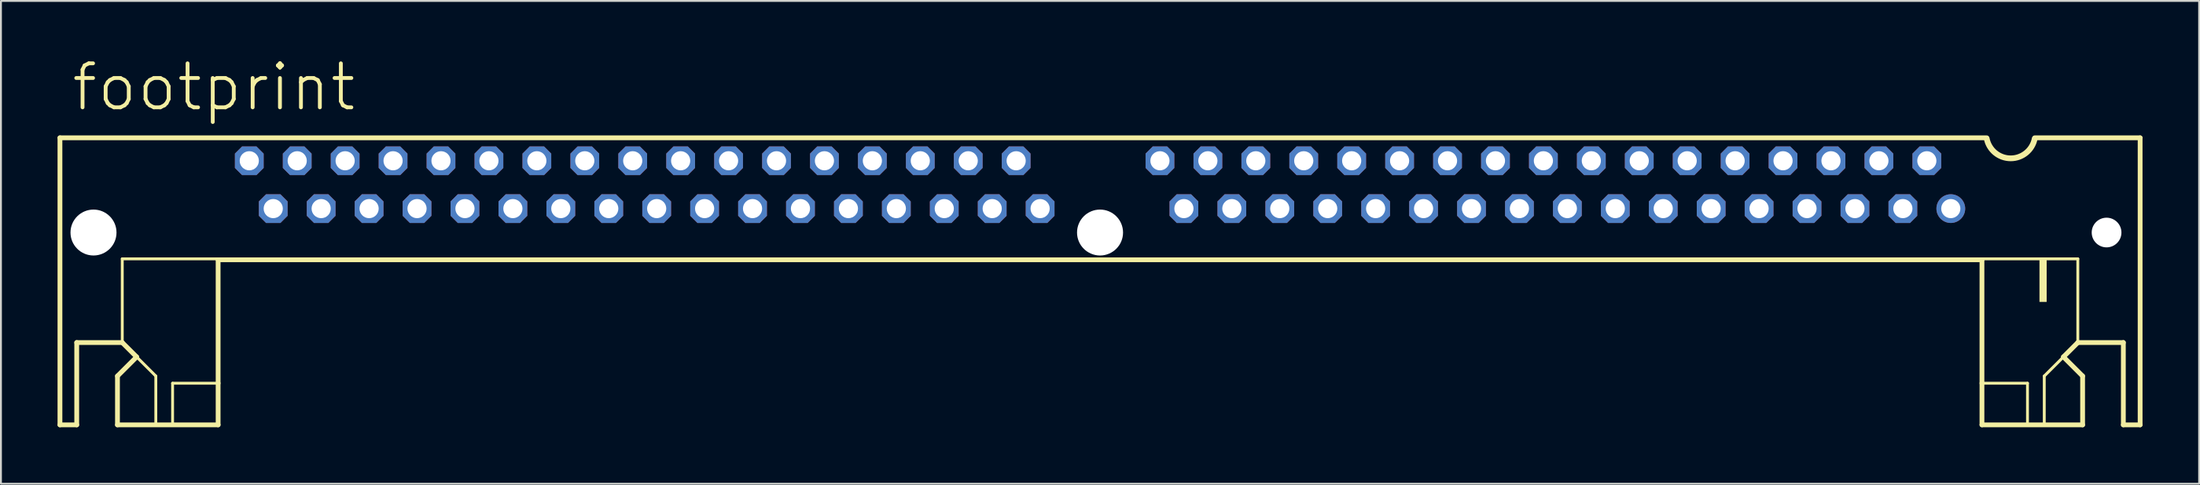
<source format=kicad_pcb>
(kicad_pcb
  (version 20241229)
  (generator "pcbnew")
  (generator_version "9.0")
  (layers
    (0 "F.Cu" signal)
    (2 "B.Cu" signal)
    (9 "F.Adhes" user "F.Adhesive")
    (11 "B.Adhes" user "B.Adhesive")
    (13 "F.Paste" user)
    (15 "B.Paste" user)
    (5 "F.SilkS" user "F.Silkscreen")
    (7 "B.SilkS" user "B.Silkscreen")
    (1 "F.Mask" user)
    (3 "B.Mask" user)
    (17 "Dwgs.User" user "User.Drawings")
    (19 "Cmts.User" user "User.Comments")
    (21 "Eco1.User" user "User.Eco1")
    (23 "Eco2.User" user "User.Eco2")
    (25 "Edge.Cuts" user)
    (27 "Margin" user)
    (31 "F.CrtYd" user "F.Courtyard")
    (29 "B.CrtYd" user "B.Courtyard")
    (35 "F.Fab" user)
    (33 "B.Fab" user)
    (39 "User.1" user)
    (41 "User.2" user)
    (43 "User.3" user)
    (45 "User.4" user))
  (footprint "footprint"
    (layer "F.Cu")
    (at 55.245 6.756)
    (property "Reference" "footprint" (at -54.61 -3.81 0) (layer "F.SilkS") (effects (font (size 2.337 2.337) (thickness 0.203)) (justify left bottom)))
    (fp_line (start -55.118 -2.489) (end 46.99 -2.489) (stroke (width 0.254) (type solid)) (layer "F.SilkS"))
    (fp_line (start -55.118 12.751) (end -55.118 -2.489) (stroke (width 0.254) (type solid)) (layer "F.SilkS"))
    (fp_line (start -54.229 8.382) (end -54.229 12.751) (stroke (width 0.254) (type solid)) (layer "F.SilkS"))
    (fp_line (start -54.229 12.751) (end -55.118 12.751) (stroke (width 0.254) (type solid)) (layer "F.SilkS"))
    (fp_line (start -52.07 10.16) (end -51.054 9.144) (stroke (width 0.254) (type solid)) (layer "F.SilkS"))
    (fp_line (start -52.07 12.751) (end -52.07 10.16) (stroke (width 0.254) (type solid)) (layer "F.SilkS"))
    (fp_line (start -51.816 3.937) (end -51.816 8.382) (stroke (width 0.152) (type solid)) (layer "F.SilkS"))
    (fp_line (start -51.816 8.382) (end -54.229 8.382) (stroke (width 0.254) (type solid)) (layer "F.SilkS"))
    (fp_line (start -51.054 9.144) (end -51.816 8.382) (stroke (width 0.254) (type solid)) (layer "F.SilkS"))
    (fp_line (start -51.054 9.144) (end -50.038 10.16) (stroke (width 0.152) (type solid)) (layer "F.SilkS"))
    (fp_line (start -50.038 10.16) (end -50.038 12.7) (stroke (width 0.152) (type solid)) (layer "F.SilkS"))
    (fp_line (start -49.149 10.541) (end -49.149 12.7) (stroke (width 0.152) (type solid)) (layer "F.SilkS"))
    (fp_line (start -49.149 10.541) (end -46.736 10.541) (stroke (width 0.152) (type solid)) (layer "F.SilkS"))
    (fp_line (start -46.736 3.937) (end -51.816 3.937) (stroke (width 0.152) (type solid)) (layer "F.SilkS"))
    (fp_line (start -46.736 3.988) (end -46.736 10.541) (stroke (width 0.254) (type solid)) (layer "F.SilkS"))
    (fp_line (start -46.736 10.541) (end -46.736 12.751) (stroke (width 0.254) (type solid)) (layer "F.SilkS"))
    (fp_line (start -46.736 12.751) (end -52.07 12.751) (stroke (width 0.254) (type solid)) (layer "F.SilkS"))
    (fp_line (start 46.736 3.937) (end 51.816 3.937) (stroke (width 0.152) (type solid)) (layer "F.SilkS"))
    (fp_line (start 46.736 3.988) (end -46.736 3.988) (stroke (width 0.254) (type solid)) (layer "F.SilkS"))
    (fp_line (start 46.736 3.988) (end 46.736 10.541) (stroke (width 0.254) (type solid)) (layer "F.SilkS"))
    (fp_line (start 46.736 10.541) (end 46.736 12.751) (stroke (width 0.254) (type solid)) (layer "F.SilkS"))
    (fp_line (start 46.736 12.751) (end 52.07 12.751) (stroke (width 0.254) (type solid)) (layer "F.SilkS"))
    (fp_line (start 49.149 10.541) (end 46.736 10.541) (stroke (width 0.152) (type solid)) (layer "F.SilkS"))
    (fp_line (start 49.149 10.541) (end 49.149 12.7) (stroke (width 0.152) (type solid)) (layer "F.SilkS"))
    (fp_line (start 49.53 -2.489) (end 55.118 -2.489) (stroke (width 0.254) (type solid)) (layer "F.SilkS"))
    (fp_line (start 50.038 10.16) (end 50.038 12.7) (stroke (width 0.152) (type solid)) (layer "F.SilkS"))
    (fp_line (start 51.054 9.144) (end 50.038 10.16) (stroke (width 0.152) (type solid)) (layer "F.SilkS"))
    (fp_line (start 51.054 9.144) (end 51.816 8.382) (stroke (width 0.254) (type solid)) (layer "F.SilkS"))
    (fp_line (start 51.816 3.937) (end 51.816 8.382) (stroke (width 0.152) (type solid)) (layer "F.SilkS"))
    (fp_line (start 51.816 8.382) (end 54.229 8.382) (stroke (width 0.254) (type solid)) (layer "F.SilkS"))
    (fp_line (start 52.07 10.16) (end 51.054 9.144) (stroke (width 0.254) (type solid)) (layer "F.SilkS"))
    (fp_line (start 52.07 12.751) (end 52.07 10.16) (stroke (width 0.254) (type solid)) (layer "F.SilkS"))
    (fp_line (start 54.229 8.382) (end 54.229 12.751) (stroke (width 0.254) (type solid)) (layer "F.SilkS"))
    (fp_line (start 54.229 12.751) (end 55.118 12.751) (stroke (width 0.254) (type solid)) (layer "F.SilkS"))
    (fp_line (start 55.118 12.751) (end 55.118 -2.489) (stroke (width 0.254) (type solid)) (layer "F.SilkS"))
    (fp_arc (start 49.53 -2.44) (mid 48.26 -1.398849) (end 46.99 -2.44) (stroke (width 0.3048) (type solid)) (layer "F.SilkS"))
    (fp_poly (pts (xy 49.784 6.223) (xy 50.165 6.223) (xy 50.165 3.937) (xy 49.784 3.937)) (stroke (width 0) (type solid)) (fill yes) (layer "F.SilkS"))
    (pad "" np_thru_hole circle (at -53.34 2.54) (size 2.438 2.438) (drill 2.438) (layers "*.Cu" "*.Mask"))
    (pad "" np_thru_hole circle (at 0 2.54) (size 2.438 2.438) (drill 2.438) (layers "*.Cu" "*.Mask"))
    (pad "" np_thru_hole circle (at 53.34 2.54) (size 1.575 1.575) (drill 1.575) (layers "*.Cu" "*.Mask"))
    (pad "1" thru_hole circle (at 45.085 1.27) (size 1.524 1.524) (drill 1.016) (layers "*.Cu" "*.Mask"))
    (pad "2" thru_hole roundrect (at 43.815 -1.27) (size 1.524 1.524) (drill 1.016) (layers "*.Cu" "*.Mask") (roundrect_rratio 0.25) (chamfer_ratio 0.25) (chamfer top_left top_right bottom_left bottom_right))
    (pad "3" thru_hole roundrect (at 42.545 1.27) (size 1.524 1.524) (drill 1.016) (layers "*.Cu" "*.Mask") (roundrect_rratio 0.25) (chamfer_ratio 0.25) (chamfer top_left top_right bottom_left bottom_right))
    (pad "4" thru_hole roundrect (at 41.275 -1.27) (size 1.524 1.524) (drill 1.016) (layers "*.Cu" "*.Mask") (roundrect_rratio 0.25) (chamfer_ratio 0.25) (chamfer top_left top_right bottom_left bottom_right))
    (pad "5" thru_hole roundrect (at 40.005 1.27) (size 1.524 1.524) (drill 1.016) (layers "*.Cu" "*.Mask") (roundrect_rratio 0.25) (chamfer_ratio 0.25) (chamfer top_left top_right bottom_left bottom_right))
    (pad "6" thru_hole roundrect (at 38.735 -1.27) (size 1.524 1.524) (drill 1.016) (layers "*.Cu" "*.Mask") (roundrect_rratio 0.25) (chamfer_ratio 0.25) (chamfer top_left top_right bottom_left bottom_right))
    (pad "7" thru_hole roundrect (at 37.465 1.27) (size 1.524 1.524) (drill 1.016) (layers "*.Cu" "*.Mask") (roundrect_rratio 0.25) (chamfer_ratio 0.25) (chamfer top_left top_right bottom_left bottom_right))
    (pad "8" thru_hole roundrect (at 36.195 -1.27) (size 1.524 1.524) (drill 1.016) (layers "*.Cu" "*.Mask") (roundrect_rratio 0.25) (chamfer_ratio 0.25) (chamfer top_left top_right bottom_left bottom_right))
    (pad "9" thru_hole roundrect (at 34.925 1.27) (size 1.524 1.524) (drill 1.016) (layers "*.Cu" "*.Mask") (roundrect_rratio 0.25) (chamfer_ratio 0.25) (chamfer top_left top_right bottom_left bottom_right))
    (pad "10" thru_hole roundrect (at 33.655 -1.27) (size 1.524 1.524) (drill 1.016) (layers "*.Cu" "*.Mask") (roundrect_rratio 0.25) (chamfer_ratio 0.25) (chamfer top_left top_right bottom_left bottom_right))
    (pad "11" thru_hole roundrect (at 32.385 1.27) (size 1.524 1.524) (drill 1.016) (layers "*.Cu" "*.Mask") (roundrect_rratio 0.25) (chamfer_ratio 0.25) (chamfer top_left top_right bottom_left bottom_right))
    (pad "12" thru_hole roundrect (at 31.115 -1.27) (size 1.524 1.524) (drill 1.016) (layers "*.Cu" "*.Mask") (roundrect_rratio 0.25) (chamfer_ratio 0.25) (chamfer top_left top_right bottom_left bottom_right))
    (pad "13" thru_hole roundrect (at 29.845 1.27) (size 1.524 1.524) (drill 1.016) (layers "*.Cu" "*.Mask") (roundrect_rratio 0.25) (chamfer_ratio 0.25) (chamfer top_left top_right bottom_left bottom_right))
    (pad "14" thru_hole roundrect (at 28.575 -1.27) (size 1.524 1.524) (drill 1.016) (layers "*.Cu" "*.Mask") (roundrect_rratio 0.25) (chamfer_ratio 0.25) (chamfer top_left top_right bottom_left bottom_right))
    (pad "15" thru_hole roundrect (at 27.305 1.27) (size 1.524 1.524) (drill 1.016) (layers "*.Cu" "*.Mask") (roundrect_rratio 0.25) (chamfer_ratio 0.25) (chamfer top_left top_right bottom_left bottom_right))
    (pad "16" thru_hole roundrect (at 26.035 -1.27) (size 1.524 1.524) (drill 1.016) (layers "*.Cu" "*.Mask") (roundrect_rratio 0.25) (chamfer_ratio 0.25) (chamfer top_left top_right bottom_left bottom_right))
    (pad "17" thru_hole roundrect (at 24.765 1.27) (size 1.524 1.524) (drill 1.016) (layers "*.Cu" "*.Mask") (roundrect_rratio 0.25) (chamfer_ratio 0.25) (chamfer top_left top_right bottom_left bottom_right))
    (pad "18" thru_hole roundrect (at 23.495 -1.27) (size 1.524 1.524) (drill 1.016) (layers "*.Cu" "*.Mask") (roundrect_rratio 0.25) (chamfer_ratio 0.25) (chamfer top_left top_right bottom_left bottom_right))
    (pad "19" thru_hole roundrect (at 22.225 1.27) (size 1.524 1.524) (drill 1.016) (layers "*.Cu" "*.Mask") (roundrect_rratio 0.25) (chamfer_ratio 0.25) (chamfer top_left top_right bottom_left bottom_right))
    (pad "20" thru_hole roundrect (at 20.955 -1.27) (size 1.524 1.524) (drill 1.016) (layers "*.Cu" "*.Mask") (roundrect_rratio 0.25) (chamfer_ratio 0.25) (chamfer top_left top_right bottom_left bottom_right))
    (pad "21" thru_hole roundrect (at 19.685 1.27) (size 1.524 1.524) (drill 1.016) (layers "*.Cu" "*.Mask") (roundrect_rratio 0.25) (chamfer_ratio 0.25) (chamfer top_left top_right bottom_left bottom_right))
    (pad "22" thru_hole roundrect (at 18.415 -1.27) (size 1.524 1.524) (drill 1.016) (layers "*.Cu" "*.Mask") (roundrect_rratio 0.25) (chamfer_ratio 0.25) (chamfer top_left top_right bottom_left bottom_right))
    (pad "23" thru_hole roundrect (at 17.145 1.27) (size 1.524 1.524) (drill 1.016) (layers "*.Cu" "*.Mask") (roundrect_rratio 0.25) (chamfer_ratio 0.25) (chamfer top_left top_right bottom_left bottom_right))
    (pad "24" thru_hole roundrect (at 15.875 -1.27) (size 1.524 1.524) (drill 1.016) (layers "*.Cu" "*.Mask") (roundrect_rratio 0.25) (chamfer_ratio 0.25) (chamfer top_left top_right bottom_left bottom_right))
    (pad "25" thru_hole roundrect (at 14.605 1.27) (size 1.524 1.524) (drill 1.016) (layers "*.Cu" "*.Mask") (roundrect_rratio 0.25) (chamfer_ratio 0.25) (chamfer top_left top_right bottom_left bottom_right))
    (pad "26" thru_hole roundrect (at 13.335 -1.27) (size 1.524 1.524) (drill 1.016) (layers "*.Cu" "*.Mask") (roundrect_rratio 0.25) (chamfer_ratio 0.25) (chamfer top_left top_right bottom_left bottom_right))
    (pad "27" thru_hole roundrect (at 12.065 1.27) (size 1.524 1.524) (drill 1.016) (layers "*.Cu" "*.Mask") (roundrect_rratio 0.25) (chamfer_ratio 0.25) (chamfer top_left top_right bottom_left bottom_right))
    (pad "28" thru_hole roundrect (at 10.795 -1.27) (size 1.524 1.524) (drill 1.016) (layers "*.Cu" "*.Mask") (roundrect_rratio 0.25) (chamfer_ratio 0.25) (chamfer top_left top_right bottom_left bottom_right))
    (pad "29" thru_hole roundrect (at 9.525 1.27) (size 1.524 1.524) (drill 1.016) (layers "*.Cu" "*.Mask") (roundrect_rratio 0.25) (chamfer_ratio 0.25) (chamfer top_left top_right bottom_left bottom_right))
    (pad "30" thru_hole roundrect (at 8.255 -1.27) (size 1.524 1.524) (drill 1.016) (layers "*.Cu" "*.Mask") (roundrect_rratio 0.25) (chamfer_ratio 0.25) (chamfer top_left top_right bottom_left bottom_right))
    (pad "31" thru_hole roundrect (at 6.985 1.27) (size 1.524 1.524) (drill 1.016) (layers "*.Cu" "*.Mask") (roundrect_rratio 0.25) (chamfer_ratio 0.25) (chamfer top_left top_right bottom_left bottom_right))
    (pad "32" thru_hole roundrect (at 5.715 -1.27) (size 1.524 1.524) (drill 1.016) (layers "*.Cu" "*.Mask") (roundrect_rratio 0.25) (chamfer_ratio 0.25) (chamfer top_left top_right bottom_left bottom_right))
    (pad "33" thru_hole roundrect (at 4.445 1.27) (size 1.524 1.524) (drill 1.016) (layers "*.Cu" "*.Mask") (roundrect_rratio 0.25) (chamfer_ratio 0.25) (chamfer top_left top_right bottom_left bottom_right))
    (pad "34" thru_hole roundrect (at 3.175 -1.27) (size 1.524 1.524) (drill 1.016) (layers "*.Cu" "*.Mask") (roundrect_rratio 0.25) (chamfer_ratio 0.25) (chamfer top_left top_right bottom_left bottom_right))
    (pad "35" thru_hole roundrect (at -3.175 1.27) (size 1.524 1.524) (drill 1.016) (layers "*.Cu" "*.Mask") (roundrect_rratio 0.25) (chamfer_ratio 0.25) (chamfer top_left top_right bottom_left bottom_right))
    (pad "36" thru_hole roundrect (at -4.445 -1.27) (size 1.524 1.524) (drill 1.016) (layers "*.Cu" "*.Mask") (roundrect_rratio 0.25) (chamfer_ratio 0.25) (chamfer top_left top_right bottom_left bottom_right))
    (pad "37" thru_hole roundrect (at -5.715 1.27) (size 1.524 1.524) (drill 1.016) (layers "*.Cu" "*.Mask") (roundrect_rratio 0.25) (chamfer_ratio 0.25) (chamfer top_left top_right bottom_left bottom_right))
    (pad "38" thru_hole roundrect (at -6.985 -1.27) (size 1.524 1.524) (drill 1.016) (layers "*.Cu" "*.Mask") (roundrect_rratio 0.25) (chamfer_ratio 0.25) (chamfer top_left top_right bottom_left bottom_right))
    (pad "39" thru_hole roundrect (at -8.255 1.27) (size 1.524 1.524) (drill 1.016) (layers "*.Cu" "*.Mask") (roundrect_rratio 0.25) (chamfer_ratio 0.25) (chamfer top_left top_right bottom_left bottom_right))
    (pad "40" thru_hole roundrect (at -9.525 -1.27) (size 1.524 1.524) (drill 1.016) (layers "*.Cu" "*.Mask") (roundrect_rratio 0.25) (chamfer_ratio 0.25) (chamfer top_left top_right bottom_left bottom_right))
    (pad "41" thru_hole roundrect (at -10.795 1.27) (size 1.524 1.524) (drill 1.016) (layers "*.Cu" "*.Mask") (roundrect_rratio 0.25) (chamfer_ratio 0.25) (chamfer top_left top_right bottom_left bottom_right))
    (pad "42" thru_hole roundrect (at -12.065 -1.27) (size 1.524 1.524) (drill 1.016) (layers "*.Cu" "*.Mask") (roundrect_rratio 0.25) (chamfer_ratio 0.25) (chamfer top_left top_right bottom_left bottom_right))
    (pad "43" thru_hole roundrect (at -13.335 1.27) (size 1.524 1.524) (drill 1.016) (layers "*.Cu" "*.Mask") (roundrect_rratio 0.25) (chamfer_ratio 0.25) (chamfer top_left top_right bottom_left bottom_right))
    (pad "44" thru_hole roundrect (at -14.605 -1.27) (size 1.524 1.524) (drill 1.016) (layers "*.Cu" "*.Mask") (roundrect_rratio 0.25) (chamfer_ratio 0.25) (chamfer top_left top_right bottom_left bottom_right))
    (pad "45" thru_hole roundrect (at -15.875 1.27) (size 1.524 1.524) (drill 1.016) (layers "*.Cu" "*.Mask") (roundrect_rratio 0.25) (chamfer_ratio 0.25) (chamfer top_left top_right bottom_left bottom_right))
    (pad "46" thru_hole roundrect (at -17.145 -1.27) (size 1.524 1.524) (drill 1.016) (layers "*.Cu" "*.Mask") (roundrect_rratio 0.25) (chamfer_ratio 0.25) (chamfer top_left top_right bottom_left bottom_right))
    (pad "47" thru_hole roundrect (at -18.415 1.27) (size 1.524 1.524) (drill 1.016) (layers "*.Cu" "*.Mask") (roundrect_rratio 0.25) (chamfer_ratio 0.25) (chamfer top_left top_right bottom_left bottom_right))
    (pad "48" thru_hole roundrect (at -19.685 -1.27) (size 1.524 1.524) (drill 1.016) (layers "*.Cu" "*.Mask") (roundrect_rratio 0.25) (chamfer_ratio 0.25) (chamfer top_left top_right bottom_left bottom_right))
    (pad "49" thru_hole roundrect (at -20.955 1.27) (size 1.524 1.524) (drill 1.016) (layers "*.Cu" "*.Mask") (roundrect_rratio 0.25) (chamfer_ratio 0.25) (chamfer top_left top_right bottom_left bottom_right))
    (pad "50" thru_hole roundrect (at -22.225 -1.27) (size 1.524 1.524) (drill 1.016) (layers "*.Cu" "*.Mask") (roundrect_rratio 0.25) (chamfer_ratio 0.25) (chamfer top_left top_right bottom_left bottom_right))
    (pad "51" thru_hole roundrect (at -23.495 1.27) (size 1.524 1.524) (drill 1.016) (layers "*.Cu" "*.Mask") (roundrect_rratio 0.25) (chamfer_ratio 0.25) (chamfer top_left top_right bottom_left bottom_right))
    (pad "52" thru_hole roundrect (at -24.765 -1.27) (size 1.524 1.524) (drill 1.016) (layers "*.Cu" "*.Mask") (roundrect_rratio 0.25) (chamfer_ratio 0.25) (chamfer top_left top_right bottom_left bottom_right))
    (pad "53" thru_hole roundrect (at -26.035 1.27) (size 1.524 1.524) (drill 1.016) (layers "*.Cu" "*.Mask") (roundrect_rratio 0.25) (chamfer_ratio 0.25) (chamfer top_left top_right bottom_left bottom_right))
    (pad "54" thru_hole roundrect (at -27.305 -1.27) (size 1.524 1.524) (drill 1.016) (layers "*.Cu" "*.Mask") (roundrect_rratio 0.25) (chamfer_ratio 0.25) (chamfer top_left top_right bottom_left bottom_right))
    (pad "55" thru_hole roundrect (at -28.575 1.27) (size 1.524 1.524) (drill 1.016) (layers "*.Cu" "*.Mask") (roundrect_rratio 0.25) (chamfer_ratio 0.25) (chamfer top_left top_right bottom_left bottom_right))
    (pad "56" thru_hole roundrect (at -29.845 -1.27) (size 1.524 1.524) (drill 1.016) (layers "*.Cu" "*.Mask") (roundrect_rratio 0.25) (chamfer_ratio 0.25) (chamfer top_left top_right bottom_left bottom_right))
    (pad "57" thru_hole roundrect (at -31.115 1.27) (size 1.524 1.524) (drill 1.016) (layers "*.Cu" "*.Mask") (roundrect_rratio 0.25) (chamfer_ratio 0.25) (chamfer top_left top_right bottom_left bottom_right))
    (pad "58" thru_hole roundrect (at -32.385 -1.27) (size 1.524 1.524) (drill 1.016) (layers "*.Cu" "*.Mask") (roundrect_rratio 0.25) (chamfer_ratio 0.25) (chamfer top_left top_right bottom_left bottom_right))
    (pad "59" thru_hole roundrect (at -33.655 1.27) (size 1.524 1.524) (drill 1.016) (layers "*.Cu" "*.Mask") (roundrect_rratio 0.25) (chamfer_ratio 0.25) (chamfer top_left top_right bottom_left bottom_right))
    (pad "60" thru_hole roundrect (at -34.925 -1.27) (size 1.524 1.524) (drill 1.016) (layers "*.Cu" "*.Mask") (roundrect_rratio 0.25) (chamfer_ratio 0.25) (chamfer top_left top_right bottom_left bottom_right))
    (pad "61" thru_hole roundrect (at -36.195 1.27) (size 1.524 1.524) (drill 1.016) (layers "*.Cu" "*.Mask") (roundrect_rratio 0.25) (chamfer_ratio 0.25) (chamfer top_left top_right bottom_left bottom_right))
    (pad "62" thru_hole roundrect (at -37.465 -1.27) (size 1.524 1.524) (drill 1.016) (layers "*.Cu" "*.Mask") (roundrect_rratio 0.25) (chamfer_ratio 0.25) (chamfer top_left top_right bottom_left bottom_right))
    (pad "63" thru_hole roundrect (at -38.735 1.27) (size 1.524 1.524) (drill 1.016) (layers "*.Cu" "*.Mask") (roundrect_rratio 0.25) (chamfer_ratio 0.25) (chamfer top_left top_right bottom_left bottom_right))
    (pad "64" thru_hole roundrect (at -40.005 -1.27) (size 1.524 1.524) (drill 1.016) (layers "*.Cu" "*.Mask") (roundrect_rratio 0.25) (chamfer_ratio 0.25) (chamfer top_left top_right bottom_left bottom_right))
    (pad "65" thru_hole roundrect (at -41.275 1.27) (size 1.524 1.524) (drill 1.016) (layers "*.Cu" "*.Mask") (roundrect_rratio 0.25) (chamfer_ratio 0.25) (chamfer top_left top_right bottom_left bottom_right))
    (pad "66" thru_hole roundrect (at -42.545 -1.27) (size 1.524 1.524) (drill 1.016) (layers "*.Cu" "*.Mask") (roundrect_rratio 0.25) (chamfer_ratio 0.25) (chamfer top_left top_right bottom_left bottom_right))
    (pad "67" thru_hole roundrect (at -43.815 1.27) (size 1.524 1.524) (drill 1.016) (layers "*.Cu" "*.Mask") (roundrect_rratio 0.25) (chamfer_ratio 0.25) (chamfer top_left top_right bottom_left bottom_right))
    (pad "68" thru_hole roundrect (at -45.085 -1.27) (size 1.524 1.524) (drill 1.016) (layers "*.Cu" "*.Mask") (roundrect_rratio 0.25) (chamfer_ratio 0.25) (chamfer top_left top_right bottom_left bottom_right)))
  (gr_rect
    (start -3 -3)
    (end 113.49 22.634)
    (stroke (width 0.1) (type default))
    (fill no)
    (layer "Edge.Cuts")))
</source>
